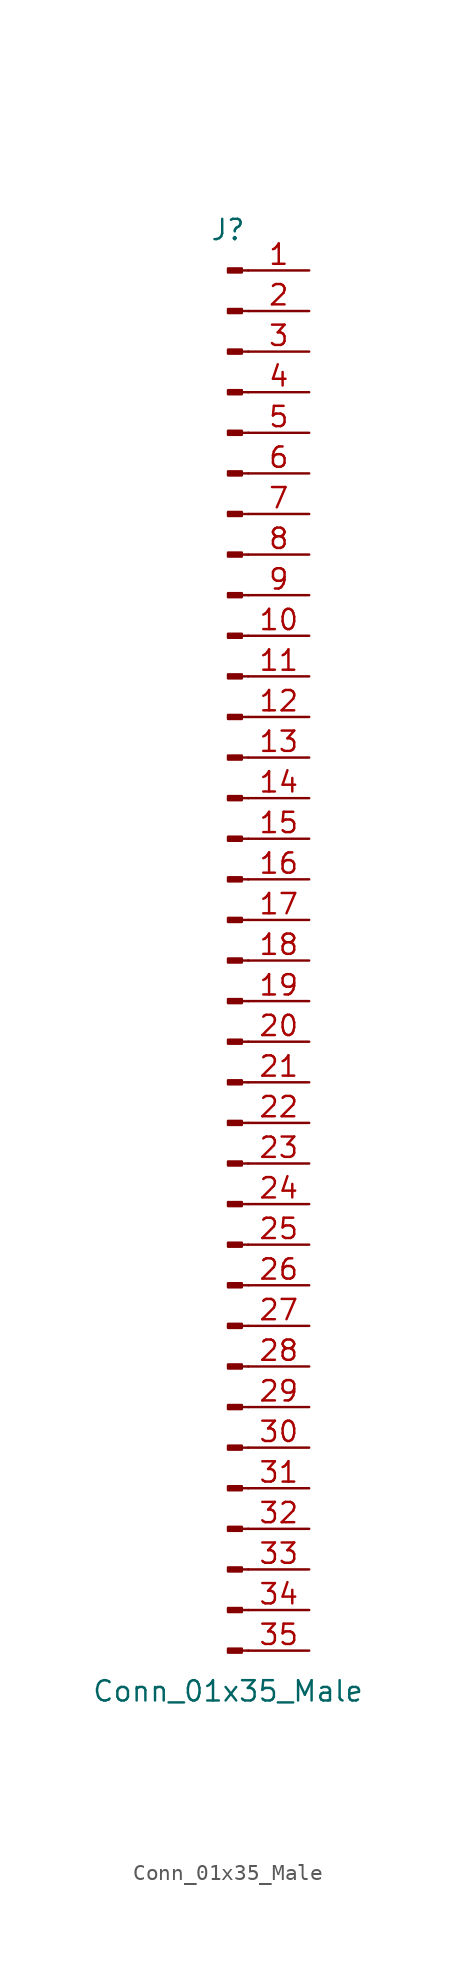
<source format=kicad_sym>
(kicad_symbol_lib
  (version 20201005)
  (generator kicad_symbol_editor)
  (symbol "Conn_01x35_Male"
    (pin_names
      (offset 1.016) hide)
    (property "Reference" "J"
      (at 0 45.72 0)
      (effects (font (size 1.27 1.27))))
    (property "Value" "Conn_01x35_Male"
      (at 0 -45.72 0)
      (effects (font (size 1.27 1.27))))
    (symbol "Conn_01x35_Male_1_1"
      (rectangle (start 0.864 -43.053) (end 0 -43.307) (stroke (width 0.152)) (fill (type outline)))
      (rectangle (start 0.864 -40.513) (end 0 -40.767) (stroke (width 0.152)) (fill (type outline)))
      (rectangle (start 0.864 -37.973) (end 0 -38.227) (stroke (width 0.152)) (fill (type outline)))
      (rectangle (start 0.864 -35.433) (end 0 -35.687) (stroke (width 0.152)) (fill (type outline)))
      (rectangle (start 0.864 -32.893) (end 0 -33.147) (stroke (width 0.152)) (fill (type outline)))
      (rectangle (start 0.864 -30.353) (end 0 -30.607) (stroke (width 0.152)) (fill (type outline)))
      (rectangle (start 0.864 -27.813) (end 0 -28.067) (stroke (width 0.152)) (fill (type outline)))
      (rectangle (start 0.864 -25.273) (end 0 -25.527) (stroke (width 0.152)) (fill (type outline)))
      (rectangle (start 0.864 -22.733) (end 0 -22.987) (stroke (width 0.152)) (fill (type outline)))
      (rectangle (start 0.864 -20.193) (end 0 -20.447) (stroke (width 0.152)) (fill (type outline)))
      (rectangle (start 0.864 -17.653) (end 0 -17.907) (stroke (width 0.152)) (fill (type outline)))
      (rectangle (start 0.864 -15.113) (end 0 -15.367) (stroke (width 0.152)) (fill (type outline)))
      (rectangle (start 0.864 -12.573) (end 0 -12.827) (stroke (width 0.152)) (fill (type outline)))
      (rectangle (start 0.864 -10.033) (end 0 -10.287) (stroke (width 0.152)) (fill (type outline)))
      (rectangle (start 0.864 -7.493) (end 0 -7.747) (stroke (width 0.152)) (fill (type outline)))
      (rectangle (start 0.864 -4.953) (end 0 -5.207) (stroke (width 0.152)) (fill (type outline)))
      (rectangle (start 0.864 -2.413) (end 0 -2.667) (stroke (width 0.152)) (fill (type outline)))
      (rectangle (start 0.864 0.127) (end 0 -0.127) (stroke (width 0.152)) (fill (type outline)))
      (rectangle (start 0.864 2.667) (end 0 2.413) (stroke (width 0.152)) (fill (type outline)))
      (rectangle (start 0.864 5.207) (end 0 4.953) (stroke (width 0.152)) (fill (type outline)))
      (rectangle (start 0.864 7.747) (end 0 7.493) (stroke (width 0.152)) (fill (type outline)))
      (rectangle (start 0.864 10.287) (end 0 10.033) (stroke (width 0.152)) (fill (type outline)))
      (rectangle (start 0.864 12.827) (end 0 12.573) (stroke (width 0.152)) (fill (type outline)))
      (rectangle (start 0.864 15.367) (end 0 15.113) (stroke (width 0.152)) (fill (type outline)))
      (rectangle (start 0.864 17.907) (end 0 17.653) (stroke (width 0.152)) (fill (type outline)))
      (rectangle (start 0.864 20.447) (end 0 20.193) (stroke (width 0.152)) (fill (type outline)))
      (rectangle (start 0.864 22.987) (end 0 22.733) (stroke (width 0.152)) (fill (type outline)))
      (rectangle (start 0.864 25.527) (end 0 25.273) (stroke (width 0.152)) (fill (type outline)))
      (rectangle (start 0.864 28.067) (end 0 27.813) (stroke (width 0.152)) (fill (type outline)))
      (rectangle (start 0.864 30.607) (end 0 30.353) (stroke (width 0.152)) (fill (type outline)))
      (rectangle (start 0.864 33.147) (end 0 32.893) (stroke (width 0.152)) (fill (type outline)))
      (rectangle (start 0.864 35.687) (end 0 35.433) (stroke (width 0.152)) (fill (type outline)))
      (rectangle (start 0.864 38.227) (end 0 37.973) (stroke (width 0.152)) (fill (type outline)))
      (rectangle (start 0.864 40.767) (end 0 40.513) (stroke (width 0.152)) (fill (type outline)))
      (rectangle (start 0.864 43.307) (end 0 43.053) (stroke (width 0.152)) (fill (type outline)))
      (polyline (pts (xy 1.27 -43.18) (xy 0.864 -43.18)) (stroke (width 0.152)) (fill (type none)))
      (polyline (pts (xy 1.27 -40.64) (xy 0.864 -40.64)) (stroke (width 0.152)) (fill (type none)))
      (polyline (pts (xy 1.27 -38.1) (xy 0.864 -38.1)) (stroke (width 0.152)) (fill (type none)))
      (polyline (pts (xy 1.27 -35.56) (xy 0.864 -35.56)) (stroke (width 0.152)) (fill (type none)))
      (polyline (pts (xy 1.27 -33.02) (xy 0.864 -33.02)) (stroke (width 0.152)) (fill (type none)))
      (polyline (pts (xy 1.27 -30.48) (xy 0.864 -30.48)) (stroke (width 0.152)) (fill (type none)))
      (polyline (pts (xy 1.27 -27.94) (xy 0.864 -27.94)) (stroke (width 0.152)) (fill (type none)))
      (polyline (pts (xy 1.27 -25.4) (xy 0.864 -25.4)) (stroke (width 0.152)) (fill (type none)))
      (polyline (pts (xy 1.27 -22.86) (xy 0.864 -22.86)) (stroke (width 0.152)) (fill (type none)))
      (polyline (pts (xy 1.27 -20.32) (xy 0.864 -20.32)) (stroke (width 0.152)) (fill (type none)))
      (polyline (pts (xy 1.27 -17.78) (xy 0.864 -17.78)) (stroke (width 0.152)) (fill (type none)))
      (polyline (pts (xy 1.27 -15.24) (xy 0.864 -15.24)) (stroke (width 0.152)) (fill (type none)))
      (polyline (pts (xy 1.27 -12.7) (xy 0.864 -12.7)) (stroke (width 0.152)) (fill (type none)))
      (polyline (pts (xy 1.27 -10.16) (xy 0.864 -10.16)) (stroke (width 0.152)) (fill (type none)))
      (polyline (pts (xy 1.27 -7.62) (xy 0.864 -7.62)) (stroke (width 0.152)) (fill (type none)))
      (polyline (pts (xy 1.27 -5.08) (xy 0.864 -5.08)) (stroke (width 0.152)) (fill (type none)))
      (polyline (pts (xy 1.27 -2.54) (xy 0.864 -2.54)) (stroke (width 0.152)) (fill (type none)))
      (polyline (pts (xy 1.27 0) (xy 0.864 0)) (stroke (width 0.152)) (fill (type none)))
      (polyline (pts (xy 1.27 2.54) (xy 0.864 2.54)) (stroke (width 0.152)) (fill (type none)))
      (polyline (pts (xy 1.27 5.08) (xy 0.864 5.08)) (stroke (width 0.152)) (fill (type none)))
      (polyline (pts (xy 1.27 7.62) (xy 0.864 7.62)) (stroke (width 0.152)) (fill (type none)))
      (polyline (pts (xy 1.27 10.16) (xy 0.864 10.16)) (stroke (width 0.152)) (fill (type none)))
      (polyline (pts (xy 1.27 12.7) (xy 0.864 12.7)) (stroke (width 0.152)) (fill (type none)))
      (polyline (pts (xy 1.27 15.24) (xy 0.864 15.24)) (stroke (width 0.152)) (fill (type none)))
      (polyline (pts (xy 1.27 17.78) (xy 0.864 17.78)) (stroke (width 0.152)) (fill (type none)))
      (polyline (pts (xy 1.27 20.32) (xy 0.864 20.32)) (stroke (width 0.152)) (fill (type none)))
      (polyline (pts (xy 1.27 22.86) (xy 0.864 22.86)) (stroke (width 0.152)) (fill (type none)))
      (polyline (pts (xy 1.27 25.4) (xy 0.864 25.4)) (stroke (width 0.152)) (fill (type none)))
      (polyline (pts (xy 1.27 27.94) (xy 0.864 27.94)) (stroke (width 0.152)) (fill (type none)))
      (polyline (pts (xy 1.27 30.48) (xy 0.864 30.48)) (stroke (width 0.152)) (fill (type none)))
      (polyline (pts (xy 1.27 33.02) (xy 0.864 33.02)) (stroke (width 0.152)) (fill (type none)))
      (polyline (pts (xy 1.27 35.56) (xy 0.864 35.56)) (stroke (width 0.152)) (fill (type none)))
      (polyline (pts (xy 1.27 38.1) (xy 0.864 38.1)) (stroke (width 0.152)) (fill (type none)))
      (polyline (pts (xy 1.27 40.64) (xy 0.864 40.64)) (stroke (width 0.152)) (fill (type none)))
      (polyline (pts (xy 1.27 43.18) (xy 0.864 43.18)) (stroke (width 0.152)) (fill (type none)))
      (pin passive line (at 5.08 43.18 180) (length 3.81) (name "Pin_1" (effects (font (size 1.27 1.27)))) (number "1" (effects (font (size 1.27 1.27)))))
      (pin passive line (at 5.08 20.32 180) (length 3.81) (name "Pin_10" (effects (font (size 1.27 1.27)))) (number "10" (effects (font (size 1.27 1.27)))))
      (pin passive line (at 5.08 17.78 180) (length 3.81) (name "Pin_11" (effects (font (size 1.27 1.27)))) (number "11" (effects (font (size 1.27 1.27)))))
      (pin passive line (at 5.08 15.24 180) (length 3.81) (name "Pin_12" (effects (font (size 1.27 1.27)))) (number "12" (effects (font (size 1.27 1.27)))))
      (pin passive line (at 5.08 12.7 180) (length 3.81) (name "Pin_13" (effects (font (size 1.27 1.27)))) (number "13" (effects (font (size 1.27 1.27)))))
      (pin passive line (at 5.08 10.16 180) (length 3.81) (name "Pin_14" (effects (font (size 1.27 1.27)))) (number "14" (effects (font (size 1.27 1.27)))))
      (pin passive line (at 5.08 7.62 180) (length 3.81) (name "Pin_15" (effects (font (size 1.27 1.27)))) (number "15" (effects (font (size 1.27 1.27)))))
      (pin passive line (at 5.08 5.08 180) (length 3.81) (name "Pin_16" (effects (font (size 1.27 1.27)))) (number "16" (effects (font (size 1.27 1.27)))))
      (pin passive line (at 5.08 2.54 180) (length 3.81) (name "Pin_17" (effects (font (size 1.27 1.27)))) (number "17" (effects (font (size 1.27 1.27)))))
      (pin passive line (at 5.08 0 180) (length 3.81) (name "Pin_18" (effects (font (size 1.27 1.27)))) (number "18" (effects (font (size 1.27 1.27)))))
      (pin passive line (at 5.08 -2.54 180) (length 3.81) (name "Pin_19" (effects (font (size 1.27 1.27)))) (number "19" (effects (font (size 1.27 1.27)))))
      (pin passive line (at 5.08 40.64 180) (length 3.81) (name "Pin_2" (effects (font (size 1.27 1.27)))) (number "2" (effects (font (size 1.27 1.27)))))
      (pin passive line (at 5.08 -5.08 180) (length 3.81) (name "Pin_20" (effects (font (size 1.27 1.27)))) (number "20" (effects (font (size 1.27 1.27)))))
      (pin passive line (at 5.08 -7.62 180) (length 3.81) (name "Pin_21" (effects (font (size 1.27 1.27)))) (number "21" (effects (font (size 1.27 1.27)))))
      (pin passive line (at 5.08 -10.16 180) (length 3.81) (name "Pin_22" (effects (font (size 1.27 1.27)))) (number "22" (effects (font (size 1.27 1.27)))))
      (pin passive line (at 5.08 -12.7 180) (length 3.81) (name "Pin_23" (effects (font (size 1.27 1.27)))) (number "23" (effects (font (size 1.27 1.27)))))
      (pin passive line (at 5.08 -15.24 180) (length 3.81) (name "Pin_24" (effects (font (size 1.27 1.27)))) (number "24" (effects (font (size 1.27 1.27)))))
      (pin passive line (at 5.08 -17.78 180) (length 3.81) (name "Pin_25" (effects (font (size 1.27 1.27)))) (number "25" (effects (font (size 1.27 1.27)))))
      (pin passive line (at 5.08 -20.32 180) (length 3.81) (name "Pin_26" (effects (font (size 1.27 1.27)))) (number "26" (effects (font (size 1.27 1.27)))))
      (pin passive line (at 5.08 -22.86 180) (length 3.81) (name "Pin_27" (effects (font (size 1.27 1.27)))) (number "27" (effects (font (size 1.27 1.27)))))
      (pin passive line (at 5.08 -25.4 180) (length 3.81) (name "Pin_28" (effects (font (size 1.27 1.27)))) (number "28" (effects (font (size 1.27 1.27)))))
      (pin passive line (at 5.08 -27.94 180) (length 3.81) (name "Pin_29" (effects (font (size 1.27 1.27)))) (number "29" (effects (font (size 1.27 1.27)))))
      (pin passive line (at 5.08 38.1 180) (length 3.81) (name "Pin_3" (effects (font (size 1.27 1.27)))) (number "3" (effects (font (size 1.27 1.27)))))
      (pin passive line (at 5.08 -30.48 180) (length 3.81) (name "Pin_30" (effects (font (size 1.27 1.27)))) (number "30" (effects (font (size 1.27 1.27)))))
      (pin passive line (at 5.08 -33.02 180) (length 3.81) (name "Pin_31" (effects (font (size 1.27 1.27)))) (number "31" (effects (font (size 1.27 1.27)))))
      (pin passive line (at 5.08 -35.56 180) (length 3.81) (name "Pin_32" (effects (font (size 1.27 1.27)))) (number "32" (effects (font (size 1.27 1.27)))))
      (pin passive line (at 5.08 -38.1 180) (length 3.81) (name "Pin_33" (effects (font (size 1.27 1.27)))) (number "33" (effects (font (size 1.27 1.27)))))
      (pin passive line (at 5.08 -40.64 180) (length 3.81) (name "Pin_34" (effects (font (size 1.27 1.27)))) (number "34" (effects (font (size 1.27 1.27)))))
      (pin passive line (at 5.08 -43.18 180) (length 3.81) (name "Pin_35" (effects (font (size 1.27 1.27)))) (number "35" (effects (font (size 1.27 1.27)))))
      (pin passive line (at 5.08 35.56 180) (length 3.81) (name "Pin_4" (effects (font (size 1.27 1.27)))) (number "4" (effects (font (size 1.27 1.27)))))
      (pin passive line (at 5.08 33.02 180) (length 3.81) (name "Pin_5" (effects (font (size 1.27 1.27)))) (number "5" (effects (font (size 1.27 1.27)))))
      (pin passive line (at 5.08 30.48 180) (length 3.81) (name "Pin_6" (effects (font (size 1.27 1.27)))) (number "6" (effects (font (size 1.27 1.27)))))
      (pin passive line (at 5.08 27.94 180) (length 3.81) (name "Pin_7" (effects (font (size 1.27 1.27)))) (number "7" (effects (font (size 1.27 1.27)))))
      (pin passive line (at 5.08 25.4 180) (length 3.81) (name "Pin_8" (effects (font (size 1.27 1.27)))) (number "8" (effects (font (size 1.27 1.27)))))
      (pin passive line (at 5.08 22.86 180) (length 3.81) (name "Pin_9" (effects (font (size 1.27 1.27)))) (number "9" (effects (font (size 1.27 1.27))))))))
</source>
